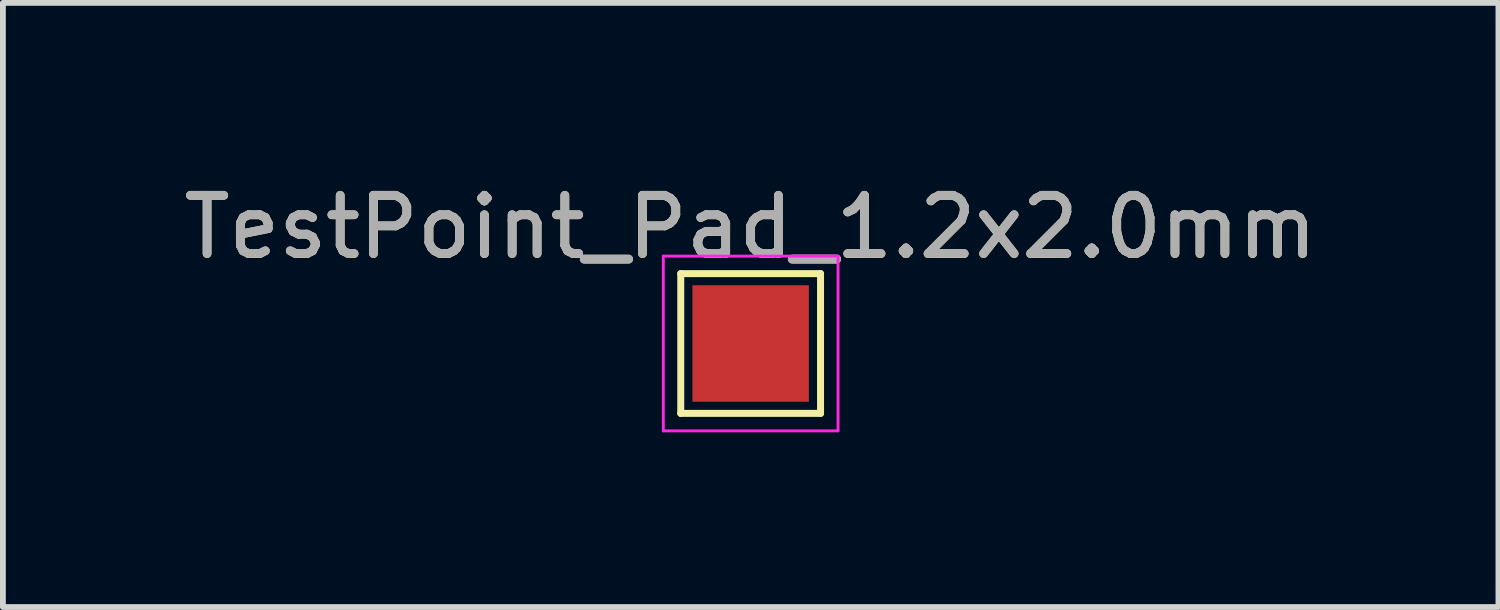
<source format=kicad_pcb>
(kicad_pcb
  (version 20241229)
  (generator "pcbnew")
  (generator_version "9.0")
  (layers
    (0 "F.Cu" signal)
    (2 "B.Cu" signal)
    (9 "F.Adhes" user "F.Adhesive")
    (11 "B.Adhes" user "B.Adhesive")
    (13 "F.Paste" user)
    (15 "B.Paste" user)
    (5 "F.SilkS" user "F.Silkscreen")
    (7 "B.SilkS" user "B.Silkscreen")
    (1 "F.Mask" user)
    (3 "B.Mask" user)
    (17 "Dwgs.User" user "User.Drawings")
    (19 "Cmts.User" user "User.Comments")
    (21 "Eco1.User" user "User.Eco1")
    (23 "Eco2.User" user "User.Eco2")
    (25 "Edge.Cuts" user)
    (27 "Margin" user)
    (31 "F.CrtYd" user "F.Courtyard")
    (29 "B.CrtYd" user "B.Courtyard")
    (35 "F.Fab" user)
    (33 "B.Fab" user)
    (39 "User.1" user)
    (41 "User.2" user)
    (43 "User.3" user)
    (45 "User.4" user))
  (footprint "TestPoint_Pad_1.2x2.0mm"
    (layer "F.Cu")
    (at 9.839 2.848)
    (property "Reference" "TestPoint_Pad_1.2x2.0mm" (at 0 -1.998 0) (layer "F.SilkS") (effects (font (size 1 1) (thickness 0.15))))
    (attr exclude_from_pos_files exclude_from_bom)
    (fp_line (start -1.2 -1.2) (end 1.2 -1.2) (stroke (width 0.12) (type solid)) (layer "F.SilkS"))
    (fp_line (start -1.2 1.2) (end -1.2 -1.2) (stroke (width 0.12) (type solid)) (layer "F.SilkS"))
    (fp_line (start 1.2 -1.2) (end 1.2 1.2) (stroke (width 0.12) (type solid)) (layer "F.SilkS"))
    (fp_line (start 1.2 1.2) (end -1.2 1.2) (stroke (width 0.12) (type solid)) (layer "F.SilkS"))
    (fp_line (start -1.5 -1.5) (end -1.5 1.5) (stroke (width 0.05) (type solid)) (layer "F.CrtYd"))
    (fp_line (start -1.5 -1.5) (end 1.5 -1.5) (stroke (width 0.05) (type solid)) (layer "F.CrtYd"))
    (fp_line (start 1.5 1.5) (end -1.5 1.5) (stroke (width 0.05) (type solid)) (layer "F.CrtYd"))
    (fp_line (start 1.5 1.5) (end 1.5 -1.5) (stroke (width 0.05) (type solid)) (layer "F.CrtYd"))
    (fp_text user "${REFERENCE}" (at 0 -2 0) (layer "F.Fab") (effects (font (size 1 1) (thickness 0.15))))
    (pad "1" smd rect (at 0 0) (size 2 2) (layers "F.Cu" "F.Mask")))
  (gr_rect
    (start -3 -3)
    (end 22.679 7.373)
    (stroke (width 0.1) (type default))
    (fill no)
    (layer "Edge.Cuts")))
</source>
